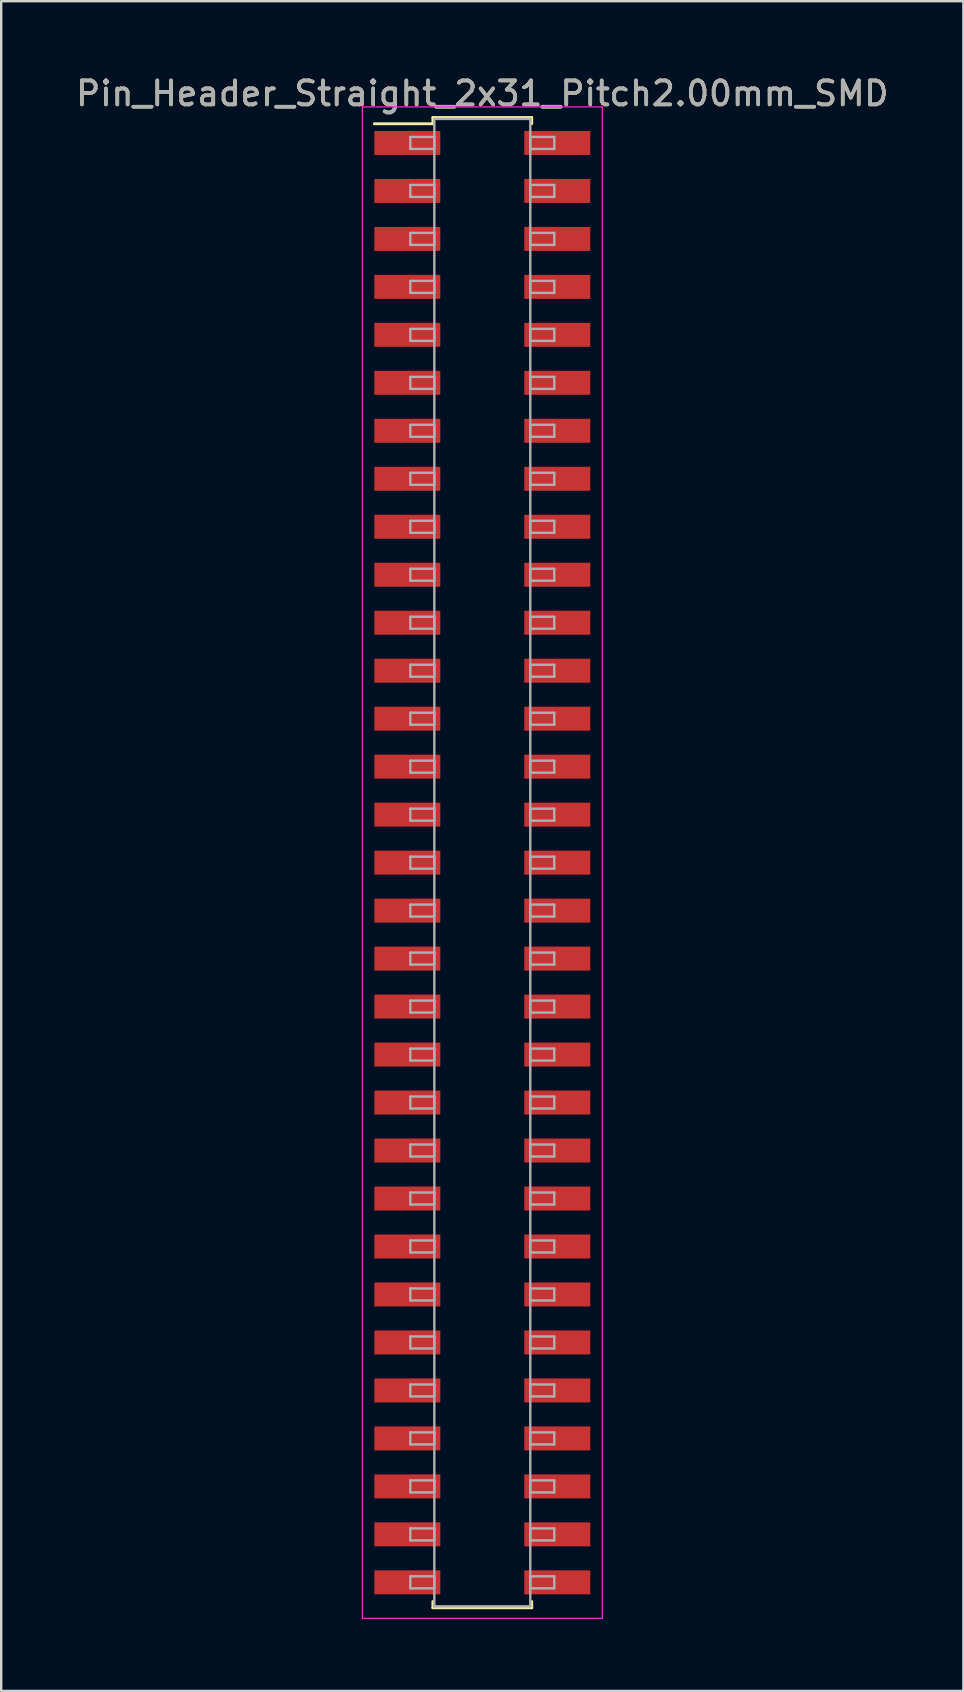
<source format=kicad_pcb>
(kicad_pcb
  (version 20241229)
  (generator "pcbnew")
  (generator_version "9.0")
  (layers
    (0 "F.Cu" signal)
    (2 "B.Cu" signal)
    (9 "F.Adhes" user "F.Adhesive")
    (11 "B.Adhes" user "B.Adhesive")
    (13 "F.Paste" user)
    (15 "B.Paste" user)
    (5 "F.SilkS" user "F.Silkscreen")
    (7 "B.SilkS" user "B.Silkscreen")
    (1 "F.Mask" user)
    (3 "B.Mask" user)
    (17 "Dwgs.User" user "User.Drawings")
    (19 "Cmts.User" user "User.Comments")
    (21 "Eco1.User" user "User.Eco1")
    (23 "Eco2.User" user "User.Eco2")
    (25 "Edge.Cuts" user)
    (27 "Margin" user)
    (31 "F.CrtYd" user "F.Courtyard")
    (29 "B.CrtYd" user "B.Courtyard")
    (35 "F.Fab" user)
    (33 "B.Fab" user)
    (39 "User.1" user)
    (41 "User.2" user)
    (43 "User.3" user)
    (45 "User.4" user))
  (footprint "Pin_Header_Straight_2x31_Pitch2.00mm_SMD"
    (layer "F.Cu")
    (at 17.054 32.908)
    (property "Reference" "Pin_Header_Straight_2x31_Pitch2.00mm_SMD" (at 0 -32.06 0) (layer "F.SilkS") (effects (font (size 1 1) (thickness 0.15))))
    (attr smd)
    (fp_line (start -4.5 -30.8) (end -2.06 -30.8) (stroke (width 0.12) (type solid)) (layer "F.SilkS"))
    (fp_line (start -2.06 -31.06) (end 2.06 -31.06) (stroke (width 0.12) (type solid)) (layer "F.SilkS"))
    (fp_line (start -2.06 -30.8) (end -2.06 -31.06) (stroke (width 0.12) (type solid)) (layer "F.SilkS"))
    (fp_line (start -2.06 30.8) (end -2.06 31.06) (stroke (width 0.12) (type solid)) (layer "F.SilkS"))
    (fp_line (start -2.06 31.06) (end 2.06 31.06) (stroke (width 0.12) (type solid)) (layer "F.SilkS"))
    (fp_line (start 2.06 -31.06) (end 2.06 -30.8) (stroke (width 0.12) (type solid)) (layer "F.SilkS"))
    (fp_line (start 2.06 31.06) (end 2.06 30.8) (stroke (width 0.12) (type solid)) (layer "F.SilkS"))
    (fp_line (start -5 -31.5) (end -5 31.5) (stroke (width 0.05) (type solid)) (layer "F.CrtYd"))
    (fp_line (start -5 31.5) (end 5 31.5) (stroke (width 0.05) (type solid)) (layer "F.CrtYd"))
    (fp_line (start 5 -31.5) (end -5 -31.5) (stroke (width 0.05) (type solid)) (layer "F.CrtYd"))
    (fp_line (start 5 31.5) (end 5 -31.5) (stroke (width 0.05) (type solid)) (layer "F.CrtYd"))
    (fp_line (start -3 -30.25) (end -2 -30.25) (stroke (width 0.1) (type solid)) (layer "F.Fab"))
    (fp_line (start -3 -29.75) (end -3 -30.25) (stroke (width 0.1) (type solid)) (layer "F.Fab"))
    (fp_line (start -3 -28.25) (end -2 -28.25) (stroke (width 0.1) (type solid)) (layer "F.Fab"))
    (fp_line (start -3 -27.75) (end -3 -28.25) (stroke (width 0.1) (type solid)) (layer "F.Fab"))
    (fp_line (start -3 -26.25) (end -2 -26.25) (stroke (width 0.1) (type solid)) (layer "F.Fab"))
    (fp_line (start -3 -25.75) (end -3 -26.25) (stroke (width 0.1) (type solid)) (layer "F.Fab"))
    (fp_line (start -3 -24.25) (end -2 -24.25) (stroke (width 0.1) (type solid)) (layer "F.Fab"))
    (fp_line (start -3 -23.75) (end -3 -24.25) (stroke (width 0.1) (type solid)) (layer "F.Fab"))
    (fp_line (start -3 -22.25) (end -2 -22.25) (stroke (width 0.1) (type solid)) (layer "F.Fab"))
    (fp_line (start -3 -21.75) (end -3 -22.25) (stroke (width 0.1) (type solid)) (layer "F.Fab"))
    (fp_line (start -3 -20.25) (end -2 -20.25) (stroke (width 0.1) (type solid)) (layer "F.Fab"))
    (fp_line (start -3 -19.75) (end -3 -20.25) (stroke (width 0.1) (type solid)) (layer "F.Fab"))
    (fp_line (start -3 -18.25) (end -2 -18.25) (stroke (width 0.1) (type solid)) (layer "F.Fab"))
    (fp_line (start -3 -17.75) (end -3 -18.25) (stroke (width 0.1) (type solid)) (layer "F.Fab"))
    (fp_line (start -3 -16.25) (end -2 -16.25) (stroke (width 0.1) (type solid)) (layer "F.Fab"))
    (fp_line (start -3 -15.75) (end -3 -16.25) (stroke (width 0.1) (type solid)) (layer "F.Fab"))
    (fp_line (start -3 -14.25) (end -2 -14.25) (stroke (width 0.1) (type solid)) (layer "F.Fab"))
    (fp_line (start -3 -13.75) (end -3 -14.25) (stroke (width 0.1) (type solid)) (layer "F.Fab"))
    (fp_line (start -3 -12.25) (end -2 -12.25) (stroke (width 0.1) (type solid)) (layer "F.Fab"))
    (fp_line (start -3 -11.75) (end -3 -12.25) (stroke (width 0.1) (type solid)) (layer "F.Fab"))
    (fp_line (start -3 -10.25) (end -2 -10.25) (stroke (width 0.1) (type solid)) (layer "F.Fab"))
    (fp_line (start -3 -9.75) (end -3 -10.25) (stroke (width 0.1) (type solid)) (layer "F.Fab"))
    (fp_line (start -3 -8.25) (end -2 -8.25) (stroke (width 0.1) (type solid)) (layer "F.Fab"))
    (fp_line (start -3 -7.75) (end -3 -8.25) (stroke (width 0.1) (type solid)) (layer "F.Fab"))
    (fp_line (start -3 -6.25) (end -2 -6.25) (stroke (width 0.1) (type solid)) (layer "F.Fab"))
    (fp_line (start -3 -5.75) (end -3 -6.25) (stroke (width 0.1) (type solid)) (layer "F.Fab"))
    (fp_line (start -3 -4.25) (end -2 -4.25) (stroke (width 0.1) (type solid)) (layer "F.Fab"))
    (fp_line (start -3 -3.75) (end -3 -4.25) (stroke (width 0.1) (type solid)) (layer "F.Fab"))
    (fp_line (start -3 -2.25) (end -2 -2.25) (stroke (width 0.1) (type solid)) (layer "F.Fab"))
    (fp_line (start -3 -1.75) (end -3 -2.25) (stroke (width 0.1) (type solid)) (layer "F.Fab"))
    (fp_line (start -3 -0.25) (end -2 -0.25) (stroke (width 0.1) (type solid)) (layer "F.Fab"))
    (fp_line (start -3 0.25) (end -3 -0.25) (stroke (width 0.1) (type solid)) (layer "F.Fab"))
    (fp_line (start -3 1.75) (end -2 1.75) (stroke (width 0.1) (type solid)) (layer "F.Fab"))
    (fp_line (start -3 2.25) (end -3 1.75) (stroke (width 0.1) (type solid)) (layer "F.Fab"))
    (fp_line (start -3 3.75) (end -2 3.75) (stroke (width 0.1) (type solid)) (layer "F.Fab"))
    (fp_line (start -3 4.25) (end -3 3.75) (stroke (width 0.1) (type solid)) (layer "F.Fab"))
    (fp_line (start -3 5.75) (end -2 5.75) (stroke (width 0.1) (type solid)) (layer "F.Fab"))
    (fp_line (start -3 6.25) (end -3 5.75) (stroke (width 0.1) (type solid)) (layer "F.Fab"))
    (fp_line (start -3 7.75) (end -2 7.75) (stroke (width 0.1) (type solid)) (layer "F.Fab"))
    (fp_line (start -3 8.25) (end -3 7.75) (stroke (width 0.1) (type solid)) (layer "F.Fab"))
    (fp_line (start -3 9.75) (end -2 9.75) (stroke (width 0.1) (type solid)) (layer "F.Fab"))
    (fp_line (start -3 10.25) (end -3 9.75) (stroke (width 0.1) (type solid)) (layer "F.Fab"))
    (fp_line (start -3 11.75) (end -2 11.75) (stroke (width 0.1) (type solid)) (layer "F.Fab"))
    (fp_line (start -3 12.25) (end -3 11.75) (stroke (width 0.1) (type solid)) (layer "F.Fab"))
    (fp_line (start -3 13.75) (end -2 13.75) (stroke (width 0.1) (type solid)) (layer "F.Fab"))
    (fp_line (start -3 14.25) (end -3 13.75) (stroke (width 0.1) (type solid)) (layer "F.Fab"))
    (fp_line (start -3 15.75) (end -2 15.75) (stroke (width 0.1) (type solid)) (layer "F.Fab"))
    (fp_line (start -3 16.25) (end -3 15.75) (stroke (width 0.1) (type solid)) (layer "F.Fab"))
    (fp_line (start -3 17.75) (end -2 17.75) (stroke (width 0.1) (type solid)) (layer "F.Fab"))
    (fp_line (start -3 18.25) (end -3 17.75) (stroke (width 0.1) (type solid)) (layer "F.Fab"))
    (fp_line (start -3 19.75) (end -2 19.75) (stroke (width 0.1) (type solid)) (layer "F.Fab"))
    (fp_line (start -3 20.25) (end -3 19.75) (stroke (width 0.1) (type solid)) (layer "F.Fab"))
    (fp_line (start -3 21.75) (end -2 21.75) (stroke (width 0.1) (type solid)) (layer "F.Fab"))
    (fp_line (start -3 22.25) (end -3 21.75) (stroke (width 0.1) (type solid)) (layer "F.Fab"))
    (fp_line (start -3 23.75) (end -2 23.75) (stroke (width 0.1) (type solid)) (layer "F.Fab"))
    (fp_line (start -3 24.25) (end -3 23.75) (stroke (width 0.1) (type solid)) (layer "F.Fab"))
    (fp_line (start -3 25.75) (end -2 25.75) (stroke (width 0.1) (type solid)) (layer "F.Fab"))
    (fp_line (start -3 26.25) (end -3 25.75) (stroke (width 0.1) (type solid)) (layer "F.Fab"))
    (fp_line (start -3 27.75) (end -2 27.75) (stroke (width 0.1) (type solid)) (layer "F.Fab"))
    (fp_line (start -3 28.25) (end -3 27.75) (stroke (width 0.1) (type solid)) (layer "F.Fab"))
    (fp_line (start -3 29.75) (end -2 29.75) (stroke (width 0.1) (type solid)) (layer "F.Fab"))
    (fp_line (start -3 30.25) (end -3 29.75) (stroke (width 0.1) (type solid)) (layer "F.Fab"))
    (fp_line (start -2 -31) (end -2 31) (stroke (width 0.1) (type solid)) (layer "F.Fab"))
    (fp_line (start -2 -30.25) (end -2 -29.75) (stroke (width 0.1) (type solid)) (layer "F.Fab"))
    (fp_line (start -2 -29.75) (end -3 -29.75) (stroke (width 0.1) (type solid)) (layer "F.Fab"))
    (fp_line (start -2 -28.25) (end -2 -27.75) (stroke (width 0.1) (type solid)) (layer "F.Fab"))
    (fp_line (start -2 -27.75) (end -3 -27.75) (stroke (width 0.1) (type solid)) (layer "F.Fab"))
    (fp_line (start -2 -26.25) (end -2 -25.75) (stroke (width 0.1) (type solid)) (layer "F.Fab"))
    (fp_line (start -2 -25.75) (end -3 -25.75) (stroke (width 0.1) (type solid)) (layer "F.Fab"))
    (fp_line (start -2 -24.25) (end -2 -23.75) (stroke (width 0.1) (type solid)) (layer "F.Fab"))
    (fp_line (start -2 -23.75) (end -3 -23.75) (stroke (width 0.1) (type solid)) (layer "F.Fab"))
    (fp_line (start -2 -22.25) (end -2 -21.75) (stroke (width 0.1) (type solid)) (layer "F.Fab"))
    (fp_line (start -2 -21.75) (end -3 -21.75) (stroke (width 0.1) (type solid)) (layer "F.Fab"))
    (fp_line (start -2 -20.25) (end -2 -19.75) (stroke (width 0.1) (type solid)) (layer "F.Fab"))
    (fp_line (start -2 -19.75) (end -3 -19.75) (stroke (width 0.1) (type solid)) (layer "F.Fab"))
    (fp_line (start -2 -18.25) (end -2 -17.75) (stroke (width 0.1) (type solid)) (layer "F.Fab"))
    (fp_line (start -2 -17.75) (end -3 -17.75) (stroke (width 0.1) (type solid)) (layer "F.Fab"))
    (fp_line (start -2 -16.25) (end -2 -15.75) (stroke (width 0.1) (type solid)) (layer "F.Fab"))
    (fp_line (start -2 -15.75) (end -3 -15.75) (stroke (width 0.1) (type solid)) (layer "F.Fab"))
    (fp_line (start -2 -14.25) (end -2 -13.75) (stroke (width 0.1) (type solid)) (layer "F.Fab"))
    (fp_line (start -2 -13.75) (end -3 -13.75) (stroke (width 0.1) (type solid)) (layer "F.Fab"))
    (fp_line (start -2 -12.25) (end -2 -11.75) (stroke (width 0.1) (type solid)) (layer "F.Fab"))
    (fp_line (start -2 -11.75) (end -3 -11.75) (stroke (width 0.1) (type solid)) (layer "F.Fab"))
    (fp_line (start -2 -10.25) (end -2 -9.75) (stroke (width 0.1) (type solid)) (layer "F.Fab"))
    (fp_line (start -2 -9.75) (end -3 -9.75) (stroke (width 0.1) (type solid)) (layer "F.Fab"))
    (fp_line (start -2 -8.25) (end -2 -7.75) (stroke (width 0.1) (type solid)) (layer "F.Fab"))
    (fp_line (start -2 -7.75) (end -3 -7.75) (stroke (width 0.1) (type solid)) (layer "F.Fab"))
    (fp_line (start -2 -6.25) (end -2 -5.75) (stroke (width 0.1) (type solid)) (layer "F.Fab"))
    (fp_line (start -2 -5.75) (end -3 -5.75) (stroke (width 0.1) (type solid)) (layer "F.Fab"))
    (fp_line (start -2 -4.25) (end -2 -3.75) (stroke (width 0.1) (type solid)) (layer "F.Fab"))
    (fp_line (start -2 -3.75) (end -3 -3.75) (stroke (width 0.1) (type solid)) (layer "F.Fab"))
    (fp_line (start -2 -2.25) (end -2 -1.75) (stroke (width 0.1) (type solid)) (layer "F.Fab"))
    (fp_line (start -2 -1.75) (end -3 -1.75) (stroke (width 0.1) (type solid)) (layer "F.Fab"))
    (fp_line (start -2 -0.25) (end -2 0.25) (stroke (width 0.1) (type solid)) (layer "F.Fab"))
    (fp_line (start -2 0.25) (end -3 0.25) (stroke (width 0.1) (type solid)) (layer "F.Fab"))
    (fp_line (start -2 1.75) (end -2 2.25) (stroke (width 0.1) (type solid)) (layer "F.Fab"))
    (fp_line (start -2 2.25) (end -3 2.25) (stroke (width 0.1) (type solid)) (layer "F.Fab"))
    (fp_line (start -2 3.75) (end -2 4.25) (stroke (width 0.1) (type solid)) (layer "F.Fab"))
    (fp_line (start -2 4.25) (end -3 4.25) (stroke (width 0.1) (type solid)) (layer "F.Fab"))
    (fp_line (start -2 5.75) (end -2 6.25) (stroke (width 0.1) (type solid)) (layer "F.Fab"))
    (fp_line (start -2 6.25) (end -3 6.25) (stroke (width 0.1) (type solid)) (layer "F.Fab"))
    (fp_line (start -2 7.75) (end -2 8.25) (stroke (width 0.1) (type solid)) (layer "F.Fab"))
    (fp_line (start -2 8.25) (end -3 8.25) (stroke (width 0.1) (type solid)) (layer "F.Fab"))
    (fp_line (start -2 9.75) (end -2 10.25) (stroke (width 0.1) (type solid)) (layer "F.Fab"))
    (fp_line (start -2 10.25) (end -3 10.25) (stroke (width 0.1) (type solid)) (layer "F.Fab"))
    (fp_line (start -2 11.75) (end -2 12.25) (stroke (width 0.1) (type solid)) (layer "F.Fab"))
    (fp_line (start -2 12.25) (end -3 12.25) (stroke (width 0.1) (type solid)) (layer "F.Fab"))
    (fp_line (start -2 13.75) (end -2 14.25) (stroke (width 0.1) (type solid)) (layer "F.Fab"))
    (fp_line (start -2 14.25) (end -3 14.25) (stroke (width 0.1) (type solid)) (layer "F.Fab"))
    (fp_line (start -2 15.75) (end -2 16.25) (stroke (width 0.1) (type solid)) (layer "F.Fab"))
    (fp_line (start -2 16.25) (end -3 16.25) (stroke (width 0.1) (type solid)) (layer "F.Fab"))
    (fp_line (start -2 17.75) (end -2 18.25) (stroke (width 0.1) (type solid)) (layer "F.Fab"))
    (fp_line (start -2 18.25) (end -3 18.25) (stroke (width 0.1) (type solid)) (layer "F.Fab"))
    (fp_line (start -2 19.75) (end -2 20.25) (stroke (width 0.1) (type solid)) (layer "F.Fab"))
    (fp_line (start -2 20.25) (end -3 20.25) (stroke (width 0.1) (type solid)) (layer "F.Fab"))
    (fp_line (start -2 21.75) (end -2 22.25) (stroke (width 0.1) (type solid)) (layer "F.Fab"))
    (fp_line (start -2 22.25) (end -3 22.25) (stroke (width 0.1) (type solid)) (layer "F.Fab"))
    (fp_line (start -2 23.75) (end -2 24.25) (stroke (width 0.1) (type solid)) (layer "F.Fab"))
    (fp_line (start -2 24.25) (end -3 24.25) (stroke (width 0.1) (type solid)) (layer "F.Fab"))
    (fp_line (start -2 25.75) (end -2 26.25) (stroke (width 0.1) (type solid)) (layer "F.Fab"))
    (fp_line (start -2 26.25) (end -3 26.25) (stroke (width 0.1) (type solid)) (layer "F.Fab"))
    (fp_line (start -2 27.75) (end -2 28.25) (stroke (width 0.1) (type solid)) (layer "F.Fab"))
    (fp_line (start -2 28.25) (end -3 28.25) (stroke (width 0.1) (type solid)) (layer "F.Fab"))
    (fp_line (start -2 29.75) (end -2 30.25) (stroke (width 0.1) (type solid)) (layer "F.Fab"))
    (fp_line (start -2 30.25) (end -3 30.25) (stroke (width 0.1) (type solid)) (layer "F.Fab"))
    (fp_line (start -2 31) (end 2 31) (stroke (width 0.1) (type solid)) (layer "F.Fab"))
    (fp_line (start 2 -31) (end -2 -31) (stroke (width 0.1) (type solid)) (layer "F.Fab"))
    (fp_line (start 2 -30.25) (end 2 -29.75) (stroke (width 0.1) (type solid)) (layer "F.Fab"))
    (fp_line (start 2 -29.75) (end 3 -29.75) (stroke (width 0.1) (type solid)) (layer "F.Fab"))
    (fp_line (start 2 -28.25) (end 2 -27.75) (stroke (width 0.1) (type solid)) (layer "F.Fab"))
    (fp_line (start 2 -27.75) (end 3 -27.75) (stroke (width 0.1) (type solid)) (layer "F.Fab"))
    (fp_line (start 2 -26.25) (end 2 -25.75) (stroke (width 0.1) (type solid)) (layer "F.Fab"))
    (fp_line (start 2 -25.75) (end 3 -25.75) (stroke (width 0.1) (type solid)) (layer "F.Fab"))
    (fp_line (start 2 -24.25) (end 2 -23.75) (stroke (width 0.1) (type solid)) (layer "F.Fab"))
    (fp_line (start 2 -23.75) (end 3 -23.75) (stroke (width 0.1) (type solid)) (layer "F.Fab"))
    (fp_line (start 2 -22.25) (end 2 -21.75) (stroke (width 0.1) (type solid)) (layer "F.Fab"))
    (fp_line (start 2 -21.75) (end 3 -21.75) (stroke (width 0.1) (type solid)) (layer "F.Fab"))
    (fp_line (start 2 -20.25) (end 2 -19.75) (stroke (width 0.1) (type solid)) (layer "F.Fab"))
    (fp_line (start 2 -19.75) (end 3 -19.75) (stroke (width 0.1) (type solid)) (layer "F.Fab"))
    (fp_line (start 2 -18.25) (end 2 -17.75) (stroke (width 0.1) (type solid)) (layer "F.Fab"))
    (fp_line (start 2 -17.75) (end 3 -17.75) (stroke (width 0.1) (type solid)) (layer "F.Fab"))
    (fp_line (start 2 -16.25) (end 2 -15.75) (stroke (width 0.1) (type solid)) (layer "F.Fab"))
    (fp_line (start 2 -15.75) (end 3 -15.75) (stroke (width 0.1) (type solid)) (layer "F.Fab"))
    (fp_line (start 2 -14.25) (end 2 -13.75) (stroke (width 0.1) (type solid)) (layer "F.Fab"))
    (fp_line (start 2 -13.75) (end 3 -13.75) (stroke (width 0.1) (type solid)) (layer "F.Fab"))
    (fp_line (start 2 -12.25) (end 2 -11.75) (stroke (width 0.1) (type solid)) (layer "F.Fab"))
    (fp_line (start 2 -11.75) (end 3 -11.75) (stroke (width 0.1) (type solid)) (layer "F.Fab"))
    (fp_line (start 2 -10.25) (end 2 -9.75) (stroke (width 0.1) (type solid)) (layer "F.Fab"))
    (fp_line (start 2 -9.75) (end 3 -9.75) (stroke (width 0.1) (type solid)) (layer "F.Fab"))
    (fp_line (start 2 -8.25) (end 2 -7.75) (stroke (width 0.1) (type solid)) (layer "F.Fab"))
    (fp_line (start 2 -7.75) (end 3 -7.75) (stroke (width 0.1) (type solid)) (layer "F.Fab"))
    (fp_line (start 2 -6.25) (end 2 -5.75) (stroke (width 0.1) (type solid)) (layer "F.Fab"))
    (fp_line (start 2 -5.75) (end 3 -5.75) (stroke (width 0.1) (type solid)) (layer "F.Fab"))
    (fp_line (start 2 -4.25) (end 2 -3.75) (stroke (width 0.1) (type solid)) (layer "F.Fab"))
    (fp_line (start 2 -3.75) (end 3 -3.75) (stroke (width 0.1) (type solid)) (layer "F.Fab"))
    (fp_line (start 2 -2.25) (end 2 -1.75) (stroke (width 0.1) (type solid)) (layer "F.Fab"))
    (fp_line (start 2 -1.75) (end 3 -1.75) (stroke (width 0.1) (type solid)) (layer "F.Fab"))
    (fp_line (start 2 -0.25) (end 2 0.25) (stroke (width 0.1) (type solid)) (layer "F.Fab"))
    (fp_line (start 2 0.25) (end 3 0.25) (stroke (width 0.1) (type solid)) (layer "F.Fab"))
    (fp_line (start 2 1.75) (end 2 2.25) (stroke (width 0.1) (type solid)) (layer "F.Fab"))
    (fp_line (start 2 2.25) (end 3 2.25) (stroke (width 0.1) (type solid)) (layer "F.Fab"))
    (fp_line (start 2 3.75) (end 2 4.25) (stroke (width 0.1) (type solid)) (layer "F.Fab"))
    (fp_line (start 2 4.25) (end 3 4.25) (stroke (width 0.1) (type solid)) (layer "F.Fab"))
    (fp_line (start 2 5.75) (end 2 6.25) (stroke (width 0.1) (type solid)) (layer "F.Fab"))
    (fp_line (start 2 6.25) (end 3 6.25) (stroke (width 0.1) (type solid)) (layer "F.Fab"))
    (fp_line (start 2 7.75) (end 2 8.25) (stroke (width 0.1) (type solid)) (layer "F.Fab"))
    (fp_line (start 2 8.25) (end 3 8.25) (stroke (width 0.1) (type solid)) (layer "F.Fab"))
    (fp_line (start 2 9.75) (end 2 10.25) (stroke (width 0.1) (type solid)) (layer "F.Fab"))
    (fp_line (start 2 10.25) (end 3 10.25) (stroke (width 0.1) (type solid)) (layer "F.Fab"))
    (fp_line (start 2 11.75) (end 2 12.25) (stroke (width 0.1) (type solid)) (layer "F.Fab"))
    (fp_line (start 2 12.25) (end 3 12.25) (stroke (width 0.1) (type solid)) (layer "F.Fab"))
    (fp_line (start 2 13.75) (end 2 14.25) (stroke (width 0.1) (type solid)) (layer "F.Fab"))
    (fp_line (start 2 14.25) (end 3 14.25) (stroke (width 0.1) (type solid)) (layer "F.Fab"))
    (fp_line (start 2 15.75) (end 2 16.25) (stroke (width 0.1) (type solid)) (layer "F.Fab"))
    (fp_line (start 2 16.25) (end 3 16.25) (stroke (width 0.1) (type solid)) (layer "F.Fab"))
    (fp_line (start 2 17.75) (end 2 18.25) (stroke (width 0.1) (type solid)) (layer "F.Fab"))
    (fp_line (start 2 18.25) (end 3 18.25) (stroke (width 0.1) (type solid)) (layer "F.Fab"))
    (fp_line (start 2 19.75) (end 2 20.25) (stroke (width 0.1) (type solid)) (layer "F.Fab"))
    (fp_line (start 2 20.25) (end 3 20.25) (stroke (width 0.1) (type solid)) (layer "F.Fab"))
    (fp_line (start 2 21.75) (end 2 22.25) (stroke (width 0.1) (type solid)) (layer "F.Fab"))
    (fp_line (start 2 22.25) (end 3 22.25) (stroke (width 0.1) (type solid)) (layer "F.Fab"))
    (fp_line (start 2 23.75) (end 2 24.25) (stroke (width 0.1) (type solid)) (layer "F.Fab"))
    (fp_line (start 2 24.25) (end 3 24.25) (stroke (width 0.1) (type solid)) (layer "F.Fab"))
    (fp_line (start 2 25.75) (end 2 26.25) (stroke (width 0.1) (type solid)) (layer "F.Fab"))
    (fp_line (start 2 26.25) (end 3 26.25) (stroke (width 0.1) (type solid)) (layer "F.Fab"))
    (fp_line (start 2 27.75) (end 2 28.25) (stroke (width 0.1) (type solid)) (layer "F.Fab"))
    (fp_line (start 2 28.25) (end 3 28.25) (stroke (width 0.1) (type solid)) (layer "F.Fab"))
    (fp_line (start 2 29.75) (end 2 30.25) (stroke (width 0.1) (type solid)) (layer "F.Fab"))
    (fp_line (start 2 30.25) (end 3 30.25) (stroke (width 0.1) (type solid)) (layer "F.Fab"))
    (fp_line (start 2 31) (end 2 -31) (stroke (width 0.1) (type solid)) (layer "F.Fab"))
    (fp_line (start 3 -30.25) (end 2 -30.25) (stroke (width 0.1) (type solid)) (layer "F.Fab"))
    (fp_line (start 3 -29.75) (end 3 -30.25) (stroke (width 0.1) (type solid)) (layer "F.Fab"))
    (fp_line (start 3 -28.25) (end 2 -28.25) (stroke (width 0.1) (type solid)) (layer "F.Fab"))
    (fp_line (start 3 -27.75) (end 3 -28.25) (stroke (width 0.1) (type solid)) (layer "F.Fab"))
    (fp_line (start 3 -26.25) (end 2 -26.25) (stroke (width 0.1) (type solid)) (layer "F.Fab"))
    (fp_line (start 3 -25.75) (end 3 -26.25) (stroke (width 0.1) (type solid)) (layer "F.Fab"))
    (fp_line (start 3 -24.25) (end 2 -24.25) (stroke (width 0.1) (type solid)) (layer "F.Fab"))
    (fp_line (start 3 -23.75) (end 3 -24.25) (stroke (width 0.1) (type solid)) (layer "F.Fab"))
    (fp_line (start 3 -22.25) (end 2 -22.25) (stroke (width 0.1) (type solid)) (layer "F.Fab"))
    (fp_line (start 3 -21.75) (end 3 -22.25) (stroke (width 0.1) (type solid)) (layer "F.Fab"))
    (fp_line (start 3 -20.25) (end 2 -20.25) (stroke (width 0.1) (type solid)) (layer "F.Fab"))
    (fp_line (start 3 -19.75) (end 3 -20.25) (stroke (width 0.1) (type solid)) (layer "F.Fab"))
    (fp_line (start 3 -18.25) (end 2 -18.25) (stroke (width 0.1) (type solid)) (layer "F.Fab"))
    (fp_line (start 3 -17.75) (end 3 -18.25) (stroke (width 0.1) (type solid)) (layer "F.Fab"))
    (fp_line (start 3 -16.25) (end 2 -16.25) (stroke (width 0.1) (type solid)) (layer "F.Fab"))
    (fp_line (start 3 -15.75) (end 3 -16.25) (stroke (width 0.1) (type solid)) (layer "F.Fab"))
    (fp_line (start 3 -14.25) (end 2 -14.25) (stroke (width 0.1) (type solid)) (layer "F.Fab"))
    (fp_line (start 3 -13.75) (end 3 -14.25) (stroke (width 0.1) (type solid)) (layer "F.Fab"))
    (fp_line (start 3 -12.25) (end 2 -12.25) (stroke (width 0.1) (type solid)) (layer "F.Fab"))
    (fp_line (start 3 -11.75) (end 3 -12.25) (stroke (width 0.1) (type solid)) (layer "F.Fab"))
    (fp_line (start 3 -10.25) (end 2 -10.25) (stroke (width 0.1) (type solid)) (layer "F.Fab"))
    (fp_line (start 3 -9.75) (end 3 -10.25) (stroke (width 0.1) (type solid)) (layer "F.Fab"))
    (fp_line (start 3 -8.25) (end 2 -8.25) (stroke (width 0.1) (type solid)) (layer "F.Fab"))
    (fp_line (start 3 -7.75) (end 3 -8.25) (stroke (width 0.1) (type solid)) (layer "F.Fab"))
    (fp_line (start 3 -6.25) (end 2 -6.25) (stroke (width 0.1) (type solid)) (layer "F.Fab"))
    (fp_line (start 3 -5.75) (end 3 -6.25) (stroke (width 0.1) (type solid)) (layer "F.Fab"))
    (fp_line (start 3 -4.25) (end 2 -4.25) (stroke (width 0.1) (type solid)) (layer "F.Fab"))
    (fp_line (start 3 -3.75) (end 3 -4.25) (stroke (width 0.1) (type solid)) (layer "F.Fab"))
    (fp_line (start 3 -2.25) (end 2 -2.25) (stroke (width 0.1) (type solid)) (layer "F.Fab"))
    (fp_line (start 3 -1.75) (end 3 -2.25) (stroke (width 0.1) (type solid)) (layer "F.Fab"))
    (fp_line (start 3 -0.25) (end 2 -0.25) (stroke (width 0.1) (type solid)) (layer "F.Fab"))
    (fp_line (start 3 0.25) (end 3 -0.25) (stroke (width 0.1) (type solid)) (layer "F.Fab"))
    (fp_line (start 3 1.75) (end 2 1.75) (stroke (width 0.1) (type solid)) (layer "F.Fab"))
    (fp_line (start 3 2.25) (end 3 1.75) (stroke (width 0.1) (type solid)) (layer "F.Fab"))
    (fp_line (start 3 3.75) (end 2 3.75) (stroke (width 0.1) (type solid)) (layer "F.Fab"))
    (fp_line (start 3 4.25) (end 3 3.75) (stroke (width 0.1) (type solid)) (layer "F.Fab"))
    (fp_line (start 3 5.75) (end 2 5.75) (stroke (width 0.1) (type solid)) (layer "F.Fab"))
    (fp_line (start 3 6.25) (end 3 5.75) (stroke (width 0.1) (type solid)) (layer "F.Fab"))
    (fp_line (start 3 7.75) (end 2 7.75) (stroke (width 0.1) (type solid)) (layer "F.Fab"))
    (fp_line (start 3 8.25) (end 3 7.75) (stroke (width 0.1) (type solid)) (layer "F.Fab"))
    (fp_line (start 3 9.75) (end 2 9.75) (stroke (width 0.1) (type solid)) (layer "F.Fab"))
    (fp_line (start 3 10.25) (end 3 9.75) (stroke (width 0.1) (type solid)) (layer "F.Fab"))
    (fp_line (start 3 11.75) (end 2 11.75) (stroke (width 0.1) (type solid)) (layer "F.Fab"))
    (fp_line (start 3 12.25) (end 3 11.75) (stroke (width 0.1) (type solid)) (layer "F.Fab"))
    (fp_line (start 3 13.75) (end 2 13.75) (stroke (width 0.1) (type solid)) (layer "F.Fab"))
    (fp_line (start 3 14.25) (end 3 13.75) (stroke (width 0.1) (type solid)) (layer "F.Fab"))
    (fp_line (start 3 15.75) (end 2 15.75) (stroke (width 0.1) (type solid)) (layer "F.Fab"))
    (fp_line (start 3 16.25) (end 3 15.75) (stroke (width 0.1) (type solid)) (layer "F.Fab"))
    (fp_line (start 3 17.75) (end 2 17.75) (stroke (width 0.1) (type solid)) (layer "F.Fab"))
    (fp_line (start 3 18.25) (end 3 17.75) (stroke (width 0.1) (type solid)) (layer "F.Fab"))
    (fp_line (start 3 19.75) (end 2 19.75) (stroke (width 0.1) (type solid)) (layer "F.Fab"))
    (fp_line (start 3 20.25) (end 3 19.75) (stroke (width 0.1) (type solid)) (layer "F.Fab"))
    (fp_line (start 3 21.75) (end 2 21.75) (stroke (width 0.1) (type solid)) (layer "F.Fab"))
    (fp_line (start 3 22.25) (end 3 21.75) (stroke (width 0.1) (type solid)) (layer "F.Fab"))
    (fp_line (start 3 23.75) (end 2 23.75) (stroke (width 0.1) (type solid)) (layer "F.Fab"))
    (fp_line (start 3 24.25) (end 3 23.75) (stroke (width 0.1) (type solid)) (layer "F.Fab"))
    (fp_line (start 3 25.75) (end 2 25.75) (stroke (width 0.1) (type solid)) (layer "F.Fab"))
    (fp_line (start 3 26.25) (end 3 25.75) (stroke (width 0.1) (type solid)) (layer "F.Fab"))
    (fp_line (start 3 27.75) (end 2 27.75) (stroke (width 0.1) (type solid)) (layer "F.Fab"))
    (fp_line (start 3 28.25) (end 3 27.75) (stroke (width 0.1) (type solid)) (layer "F.Fab"))
    (fp_line (start 3 29.75) (end 2 29.75) (stroke (width 0.1) (type solid)) (layer "F.Fab"))
    (fp_line (start 3 30.25) (end 3 29.75) (stroke (width 0.1) (type solid)) (layer "F.Fab"))
    (fp_text user "${REFERENCE}" (at 0 -32.06 0) (layer "F.Fab") (effects (font (size 1 1) (thickness 0.15))))
    (pad "1" smd rect (at -3.125 -30) (size 2.75 1) (layers "F.Cu" "F.Mask" "F.Paste"))
    (pad "2" smd rect (at 3.125 -30) (size 2.75 1) (layers "F.Cu" "F.Mask" "F.Paste"))
    (pad "3" smd rect (at -3.125 -28) (size 2.75 1) (layers "F.Cu" "F.Mask" "F.Paste"))
    (pad "4" smd rect (at 3.125 -28) (size 2.75 1) (layers "F.Cu" "F.Mask" "F.Paste"))
    (pad "5" smd rect (at -3.125 -26) (size 2.75 1) (layers "F.Cu" "F.Mask" "F.Paste"))
    (pad "6" smd rect (at 3.125 -26) (size 2.75 1) (layers "F.Cu" "F.Mask" "F.Paste"))
    (pad "7" smd rect (at -3.125 -24) (size 2.75 1) (layers "F.Cu" "F.Mask" "F.Paste"))
    (pad "8" smd rect (at 3.125 -24) (size 2.75 1) (layers "F.Cu" "F.Mask" "F.Paste"))
    (pad "9" smd rect (at -3.125 -22) (size 2.75 1) (layers "F.Cu" "F.Mask" "F.Paste"))
    (pad "10" smd rect (at 3.125 -22) (size 2.75 1) (layers "F.Cu" "F.Mask" "F.Paste"))
    (pad "11" smd rect (at -3.125 -20) (size 2.75 1) (layers "F.Cu" "F.Mask" "F.Paste"))
    (pad "12" smd rect (at 3.125 -20) (size 2.75 1) (layers "F.Cu" "F.Mask" "F.Paste"))
    (pad "13" smd rect (at -3.125 -18) (size 2.75 1) (layers "F.Cu" "F.Mask" "F.Paste"))
    (pad "14" smd rect (at 3.125 -18) (size 2.75 1) (layers "F.Cu" "F.Mask" "F.Paste"))
    (pad "15" smd rect (at -3.125 -16) (size 2.75 1) (layers "F.Cu" "F.Mask" "F.Paste"))
    (pad "16" smd rect (at 3.125 -16) (size 2.75 1) (layers "F.Cu" "F.Mask" "F.Paste"))
    (pad "17" smd rect (at -3.125 -14) (size 2.75 1) (layers "F.Cu" "F.Mask" "F.Paste"))
    (pad "18" smd rect (at 3.125 -14) (size 2.75 1) (layers "F.Cu" "F.Mask" "F.Paste"))
    (pad "19" smd rect (at -3.125 -12) (size 2.75 1) (layers "F.Cu" "F.Mask" "F.Paste"))
    (pad "20" smd rect (at 3.125 -12) (size 2.75 1) (layers "F.Cu" "F.Mask" "F.Paste"))
    (pad "21" smd rect (at -3.125 -10) (size 2.75 1) (layers "F.Cu" "F.Mask" "F.Paste"))
    (pad "22" smd rect (at 3.125 -10) (size 2.75 1) (layers "F.Cu" "F.Mask" "F.Paste"))
    (pad "23" smd rect (at -3.125 -8) (size 2.75 1) (layers "F.Cu" "F.Mask" "F.Paste"))
    (pad "24" smd rect (at 3.125 -8) (size 2.75 1) (layers "F.Cu" "F.Mask" "F.Paste"))
    (pad "25" smd rect (at -3.125 -6) (size 2.75 1) (layers "F.Cu" "F.Mask" "F.Paste"))
    (pad "26" smd rect (at 3.125 -6) (size 2.75 1) (layers "F.Cu" "F.Mask" "F.Paste"))
    (pad "27" smd rect (at -3.125 -4) (size 2.75 1) (layers "F.Cu" "F.Mask" "F.Paste"))
    (pad "28" smd rect (at 3.125 -4) (size 2.75 1) (layers "F.Cu" "F.Mask" "F.Paste"))
    (pad "29" smd rect (at -3.125 -2) (size 2.75 1) (layers "F.Cu" "F.Mask" "F.Paste"))
    (pad "30" smd rect (at 3.125 -2) (size 2.75 1) (layers "F.Cu" "F.Mask" "F.Paste"))
    (pad "31" smd rect (at -3.125 0) (size 2.75 1) (layers "F.Cu" "F.Mask" "F.Paste"))
    (pad "32" smd rect (at 3.125 0) (size 2.75 1) (layers "F.Cu" "F.Mask" "F.Paste"))
    (pad "33" smd rect (at -3.125 2) (size 2.75 1) (layers "F.Cu" "F.Mask" "F.Paste"))
    (pad "34" smd rect (at 3.125 2) (size 2.75 1) (layers "F.Cu" "F.Mask" "F.Paste"))
    (pad "35" smd rect (at -3.125 4) (size 2.75 1) (layers "F.Cu" "F.Mask" "F.Paste"))
    (pad "36" smd rect (at 3.125 4) (size 2.75 1) (layers "F.Cu" "F.Mask" "F.Paste"))
    (pad "37" smd rect (at -3.125 6) (size 2.75 1) (layers "F.Cu" "F.Mask" "F.Paste"))
    (pad "38" smd rect (at 3.125 6) (size 2.75 1) (layers "F.Cu" "F.Mask" "F.Paste"))
    (pad "39" smd rect (at -3.125 8) (size 2.75 1) (layers "F.Cu" "F.Mask" "F.Paste"))
    (pad "40" smd rect (at 3.125 8) (size 2.75 1) (layers "F.Cu" "F.Mask" "F.Paste"))
    (pad "41" smd rect (at -3.125 10) (size 2.75 1) (layers "F.Cu" "F.Mask" "F.Paste"))
    (pad "42" smd rect (at 3.125 10) (size 2.75 1) (layers "F.Cu" "F.Mask" "F.Paste"))
    (pad "43" smd rect (at -3.125 12) (size 2.75 1) (layers "F.Cu" "F.Mask" "F.Paste"))
    (pad "44" smd rect (at 3.125 12) (size 2.75 1) (layers "F.Cu" "F.Mask" "F.Paste"))
    (pad "45" smd rect (at -3.125 14) (size 2.75 1) (layers "F.Cu" "F.Mask" "F.Paste"))
    (pad "46" smd rect (at 3.125 14) (size 2.75 1) (layers "F.Cu" "F.Mask" "F.Paste"))
    (pad "47" smd rect (at -3.125 16) (size 2.75 1) (layers "F.Cu" "F.Mask" "F.Paste"))
    (pad "48" smd rect (at 3.125 16) (size 2.75 1) (layers "F.Cu" "F.Mask" "F.Paste"))
    (pad "49" smd rect (at -3.125 18) (size 2.75 1) (layers "F.Cu" "F.Mask" "F.Paste"))
    (pad "50" smd rect (at 3.125 18) (size 2.75 1) (layers "F.Cu" "F.Mask" "F.Paste"))
    (pad "51" smd rect (at -3.125 20) (size 2.75 1) (layers "F.Cu" "F.Mask" "F.Paste"))
    (pad "52" smd rect (at 3.125 20) (size 2.75 1) (layers "F.Cu" "F.Mask" "F.Paste"))
    (pad "53" smd rect (at -3.125 22) (size 2.75 1) (layers "F.Cu" "F.Mask" "F.Paste"))
    (pad "54" smd rect (at 3.125 22) (size 2.75 1) (layers "F.Cu" "F.Mask" "F.Paste"))
    (pad "55" smd rect (at -3.125 24) (size 2.75 1) (layers "F.Cu" "F.Mask" "F.Paste"))
    (pad "56" smd rect (at 3.125 24) (size 2.75 1) (layers "F.Cu" "F.Mask" "F.Paste"))
    (pad "57" smd rect (at -3.125 26) (size 2.75 1) (layers "F.Cu" "F.Mask" "F.Paste"))
    (pad "58" smd rect (at 3.125 26) (size 2.75 1) (layers "F.Cu" "F.Mask" "F.Paste"))
    (pad "59" smd rect (at -3.125 28) (size 2.75 1) (layers "F.Cu" "F.Mask" "F.Paste"))
    (pad "60" smd rect (at 3.125 28) (size 2.75 1) (layers "F.Cu" "F.Mask" "F.Paste"))
    (pad "61" smd rect (at -3.125 30) (size 2.75 1) (layers "F.Cu" "F.Mask" "F.Paste"))
    (pad "62" smd rect (at 3.125 30) (size 2.75 1) (layers "F.Cu" "F.Mask" "F.Paste")))
  (gr_rect
    (start -3 -3)
    (end 37.107 67.433)
    (stroke (width 0.1) (type default))
    (fill no)
    (layer "Edge.Cuts")))
</source>
